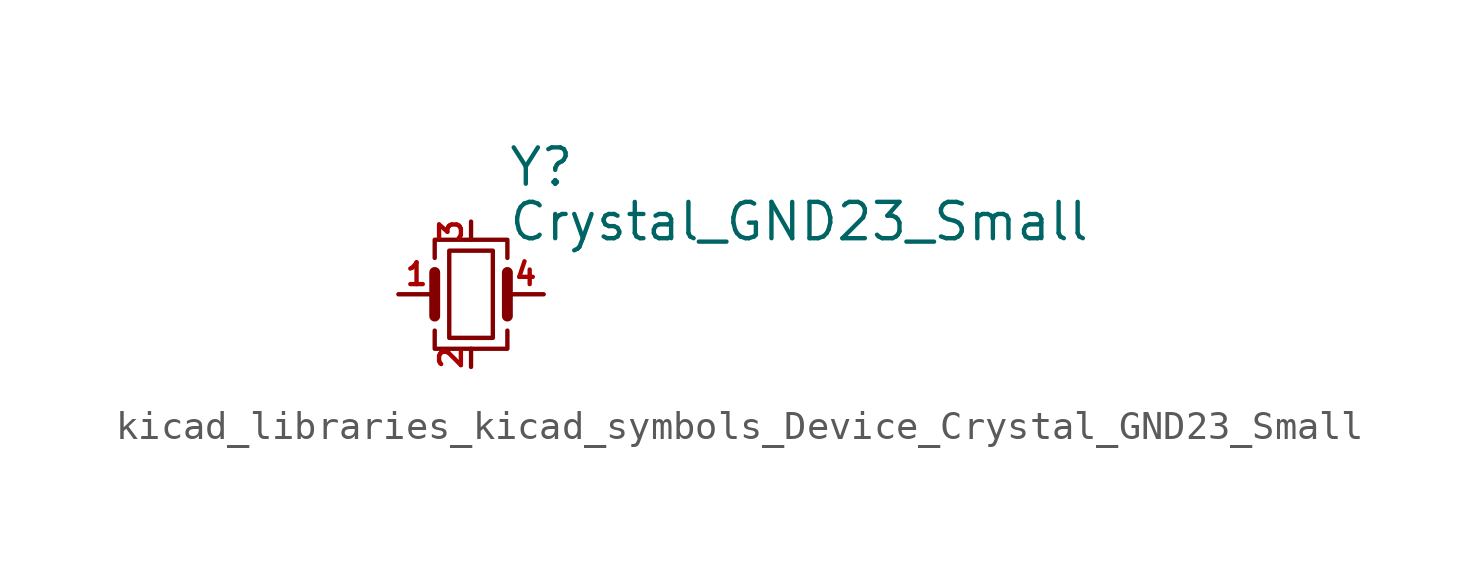
<source format=kicad_sym>
(kicad_symbol_lib
  (version 20220914)
  (generator kicad_symbol_editor)
  (symbol "kicad_libraries_kicad_symbols_Device_Crystal_GND23_Small"
    (pin_names
      (offset 1.016) hide)
    (property "Reference" "Y"
      (at 1.27 4.445 0)
      (effects (font (size 1.27 1.27)) (justify left)))
    (property "Value" "Crystal_GND23_Small"
      (at 1.27 2.54 0)
      (effects (font (size 1.27 1.27)) (justify left)))
    (symbol "kicad_libraries_kicad_symbols_Device_Crystal_GND23_Small_0_1"
      (rectangle (start -0.762 -1.524) (end 0.762 1.524) (stroke (width 0) (type default)) (fill (type none)))
      (polyline (pts (xy -1.27 -0.762) (xy -1.27 0.762)) (stroke (width 0.381) (type default)) (fill (type none)))
      (polyline (pts (xy 1.27 -0.762) (xy 1.27 0.762)) (stroke (width 0.381) (type default)) (fill (type none)))
      (polyline (pts (xy -1.27 -1.27) (xy -1.27 -1.905) (xy 1.27 -1.905) (xy 1.27 -1.27)) (stroke (width 0) (type default)) (fill (type none)))
      (polyline (pts (xy -1.27 1.27) (xy -1.27 1.905) (xy 1.27 1.905) (xy 1.27 1.27)) (stroke (width 0) (type default)) (fill (type none))))
    (symbol "kicad_libraries_kicad_symbols_Device_Crystal_GND23_Small_1_1"
      (pin passive line (at -2.54 0 0) (length 1.27) (name "1" (effects (font (size 1.27 1.27)))) (number "1" (effects (font (size 0.762 0.762)))))
      (pin passive line (at 0 -2.54 90) (length 0.635) (name "2" (effects (font (size 1.27 1.27)))) (number "2" (effects (font (size 0.762 0.762)))))
      (pin passive line (at 0 2.54 270) (length 0.635) (name "3" (effects (font (size 1.27 1.27)))) (number "3" (effects (font (size 0.762 0.762)))))
      (pin passive line (at 2.54 0 180) (length 1.27) (name "4" (effects (font (size 1.27 1.27)))) (number "4" (effects (font (size 0.762 0.762))))))))
</source>
